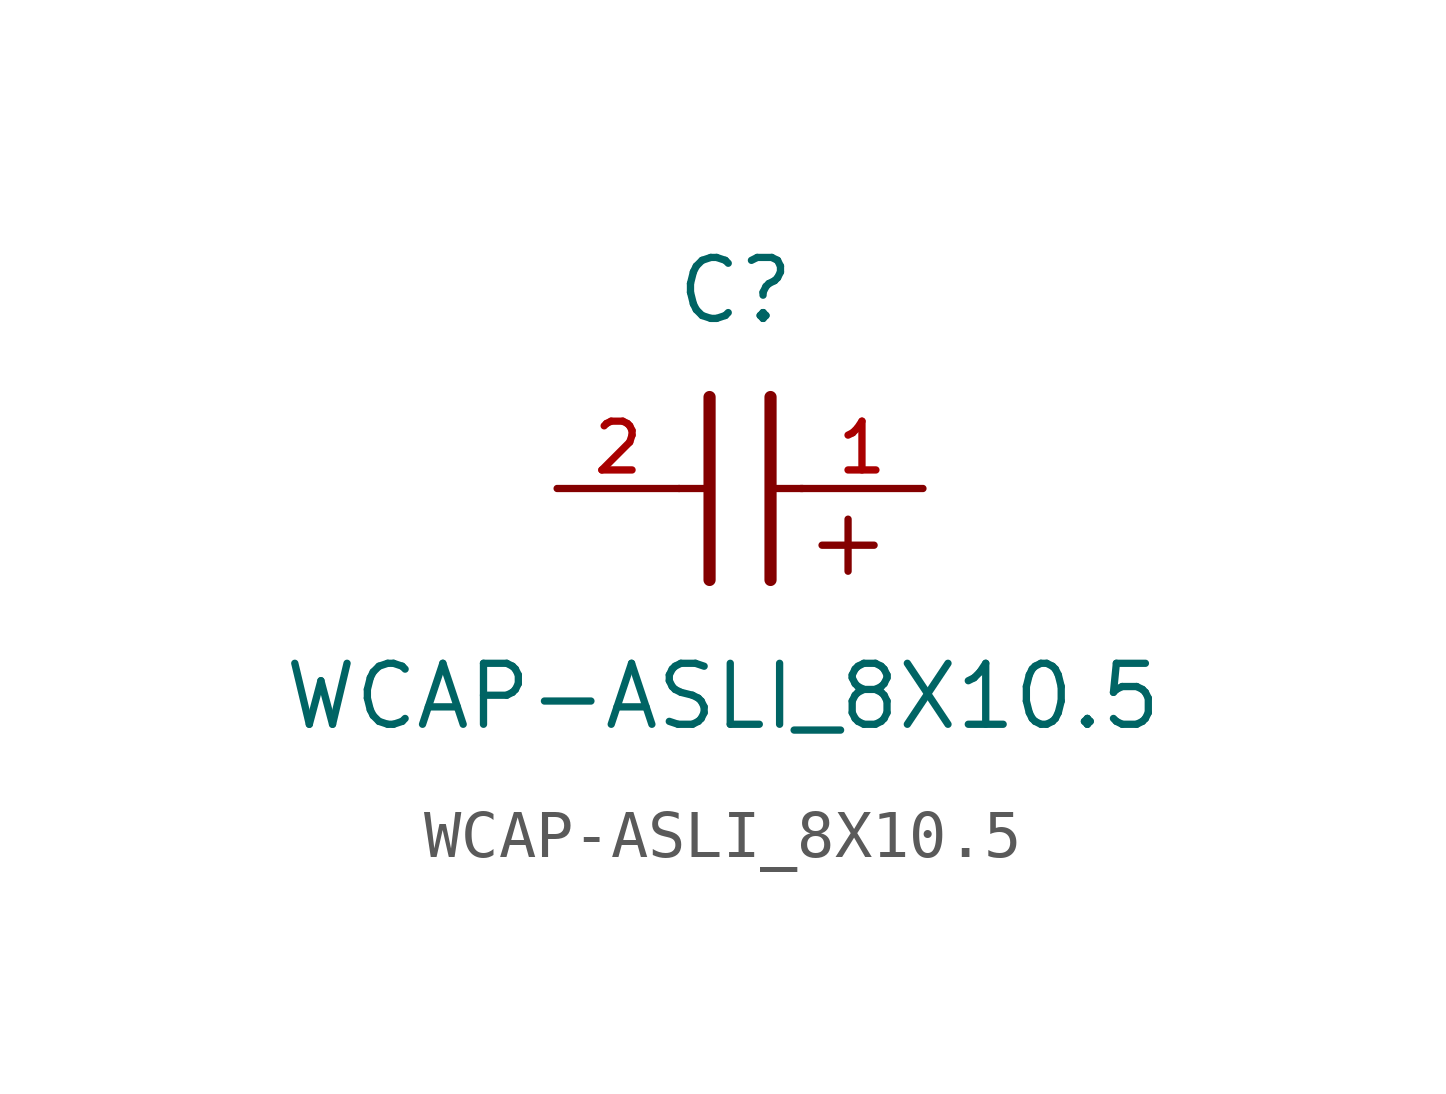
<source format=kicad_sym>
(kicad_symbol_lib
  (version 20211014)
  (generator kicad_symbol_editor)
  (symbol "WCAP-ASLI_8X10.5"
    (pin_names
      (offset 1.016))
    (property "Reference" "C"
      (at 1.175 3.38 0)
      (effects (font (size 1.27 1.27)) (justify bottom)))
    (property "Value" "WCAP-ASLI_8X10.5"
      (at 0.915 -5.075 0)
      (effects (font (size 1.27 1.27)) (justify bottom)))
    (symbol "WCAP-ASLI_8X10.5_0_0"
      (text "+" (at 2.54 -1.905 0) (effects (font (size 1.422 1.422)) (justify bottom left)))
      (polyline (pts (xy 1.905 1.905) (xy 1.905 -1.905)) (stroke (width 0.254)))
      (polyline (pts (xy 0.635 -1.905) (xy 0.635 1.905)) (stroke (width 0.254)))
      (polyline (pts (xy 0.0 0.0) (xy 0.643 0.0)) (stroke (width 0.152)))
      (polyline (pts (xy 1.928 0.0) (xy 2.57 0.0)) (stroke (width 0.152)))
      (pin passive line (at 5.08 0.0 180.0) (length 2.54) (name "~" (effects (font (size 1.016 1.016)))) (number "1" (effects (font (size 1.016 1.016)))))
      (pin passive line (at -2.54 0.0 0) (length 2.54) (name "~" (effects (font (size 1.016 1.016)))) (number "2" (effects (font (size 1.016 1.016))))))))
</source>
